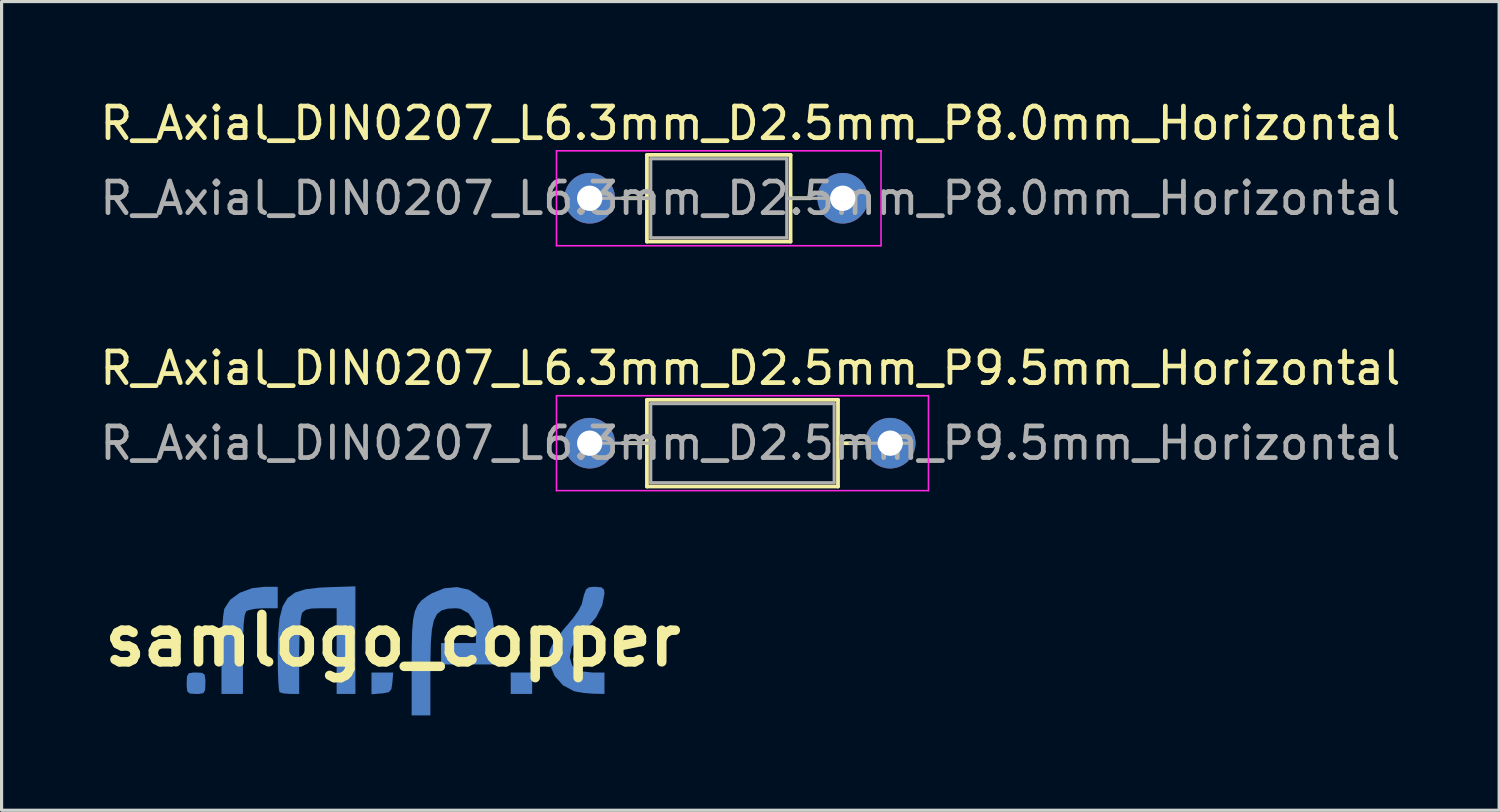
<source format=kicad_pcb>
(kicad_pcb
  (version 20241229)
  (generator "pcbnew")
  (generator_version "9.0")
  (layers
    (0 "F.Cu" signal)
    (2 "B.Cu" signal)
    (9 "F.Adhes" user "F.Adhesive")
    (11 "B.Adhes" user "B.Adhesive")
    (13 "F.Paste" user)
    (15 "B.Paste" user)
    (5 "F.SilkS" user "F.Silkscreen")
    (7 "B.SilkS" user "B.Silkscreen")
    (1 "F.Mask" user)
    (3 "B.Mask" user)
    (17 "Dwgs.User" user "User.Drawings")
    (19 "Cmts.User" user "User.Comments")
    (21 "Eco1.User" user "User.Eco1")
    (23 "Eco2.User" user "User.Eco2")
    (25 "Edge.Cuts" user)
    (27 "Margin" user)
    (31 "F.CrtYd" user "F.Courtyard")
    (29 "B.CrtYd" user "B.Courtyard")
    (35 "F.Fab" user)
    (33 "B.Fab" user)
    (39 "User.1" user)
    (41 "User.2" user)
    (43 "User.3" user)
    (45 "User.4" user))
  (footprint "R_Axial_DIN0207_L6.3mm_D2.5mm_P8.0mm_Horizontal"
    (layer "F.Cu")
    (at 15.593 3.218)
    (property "Reference" "R_Axial_DIN0207_L6.3mm_D2.5mm_P8.0mm_Horizontal" (at 5.08 -2.37 0) (layer "F.SilkS") (effects (font (size 1 1) (thickness 0.15))))
    (attr through_hole)
    (fp_line (start 1.04 0) (end 1.81 0) (stroke (width 0.12) (type solid)) (layer "F.SilkS"))
    (fp_line (start 1.81 -1.37) (end 1.81 1.37) (stroke (width 0.12) (type solid)) (layer "F.SilkS"))
    (fp_line (start 1.81 1.37) (end 6.35 1.37) (stroke (width 0.12) (type solid)) (layer "F.SilkS"))
    (fp_line (start 6.35 -1.37) (end 1.81 -1.37) (stroke (width 0.12) (type solid)) (layer "F.SilkS"))
    (fp_line (start 6.35 1.37) (end 6.35 -1.37) (stroke (width 0.12) (type solid)) (layer "F.SilkS"))
    (fp_line (start 6.985 0) (end 6.35 0) (stroke (width 0.12) (type solid)) (layer "F.SilkS"))
    (fp_line (start -1.05 -1.5) (end -1.05 1.5) (stroke (width 0.05) (type solid)) (layer "F.CrtYd"))
    (fp_line (start -1.05 1.5) (end 9.21 1.5) (stroke (width 0.05) (type solid)) (layer "F.CrtYd"))
    (fp_line (start 9.21 -1.5) (end -1.05 -1.5) (stroke (width 0.05) (type solid)) (layer "F.CrtYd"))
    (fp_line (start 9.21 1.5) (end 9.21 -1.5) (stroke (width 0.05) (type solid)) (layer "F.CrtYd"))
    (fp_line (start 0 0) (end 1.93 0) (stroke (width 0.1) (type solid)) (layer "F.Fab"))
    (fp_line (start 1.93 -1.25) (end 1.93 1.25) (stroke (width 0.1) (type solid)) (layer "F.Fab"))
    (fp_line (start 1.93 1.25) (end 6.23 1.25) (stroke (width 0.1) (type solid)) (layer "F.Fab"))
    (fp_line (start 6.23 -1.25) (end 1.93 -1.25) (stroke (width 0.1) (type solid)) (layer "F.Fab"))
    (fp_line (start 6.23 1.25) (end 6.23 -1.25) (stroke (width 0.1) (type solid)) (layer "F.Fab"))
    (fp_line (start 7.95 0) (end 6.23 0) (stroke (width 0.1) (type solid)) (layer "F.Fab"))
    (fp_text user "${REFERENCE}" (at 5.08 0 0) (layer "F.Fab") (effects (font (size 1 1) (thickness 0.15))))
    (pad "1" thru_hole circle (at 0 0) (size 1.6 1.6) (drill 0.8) (layers "*.Cu" "*.Mask"))
    (pad "2" thru_hole oval (at 8 0) (size 1.6 1.6) (drill 0.8) (layers "*.Cu" "*.Mask")))
  (footprint "samlogo_copper"
    (layer "F.Cu")
    (at 9.371 17.195)
    (property "Reference" "samlogo_copper" (at 0 0 0) (layer "F.SilkS") (effects (font (size 1.5 1.5) (thickness 0.3))))
    (attr board_only exclude_from_pos_files exclude_from_bom)
    (fp_poly (pts (xy 4.403 1.355) (xy 4.403 1.693) (xy 4.064 1.693) (xy 3.725 1.693) (xy 3.725 1.355) (xy 3.725 1.016) (xy 4.064 1.016) (xy 4.403 1.016)) (stroke (width 0) (type solid)) (fill yes) (layer "B.Cu"))
    (fp_poly (pts (xy -0.016 1.333) (xy -0.047 1.543) (xy -0.129 1.638) (xy -0.317 1.674) (xy -0.36 1.677) (xy -0.677 1.704) (xy -0.677 1.36) (xy -0.677 1.016) (xy -0.334 1.016) (xy 0.01 1.016)) (stroke (width 0) (type solid)) (fill yes) (layer "B.Cu"))
    (fp_poly (pts (xy -6.033 1.026) (xy -5.949 1.09) (xy -5.927 1.255) (xy -5.927 1.355) (xy -5.936 1.572) (xy -5.991 1.668) (xy -6.136 1.693) (xy -6.223 1.693) (xy -6.413 1.683) (xy -6.497 1.62) (xy -6.519 1.455) (xy -6.519 1.355) (xy -6.51 1.138) (xy -6.455 1.041) (xy -6.31 1.017) (xy -6.223 1.016)) (stroke (width 0) (type solid)) (fill yes) (layer "B.Cu"))
    (fp_poly (pts (xy -3.641 -1.355) (xy -3.641 -1.016) (xy -4.089 -1.016) (xy -4.363 -0.998) (xy -4.572 -0.951) (xy -4.64 -0.914) (xy -4.686 -0.792) (xy -4.717 -0.525) (xy -4.736 -0.106) (xy -4.741 0.44) (xy -4.741 1.693) (xy -5.08 1.693) (xy -5.419 1.693) (xy -5.419 0.478) (xy -5.412 0.018) (xy -5.395 -0.403) (xy -5.368 -0.744) (xy -5.336 -0.968) (xy -5.325 -1.005) (xy -5.145 -1.283) (xy -4.841 -1.505) (xy -4.453 -1.649) (xy -4.078 -1.693) (xy -3.641 -1.693)) (stroke (width 0) (type solid)) (fill yes) (layer "B.Cu"))
    (fp_poly (pts (xy -1.185 -0.008) (xy -1.185 1.693) (xy -1.482 1.693) (xy -1.778 1.693) (xy -1.778 0.339) (xy -1.778 -1.016) (xy -2.283 -1.016) (xy -2.582 -1.006) (xy -2.758 -0.966) (xy -2.856 -0.885) (xy -2.876 -0.852) (xy -2.908 -0.71) (xy -2.935 -0.434) (xy -2.954 -0.059) (xy -2.963 0.378) (xy -2.963 0.502) (xy -2.963 1.693) (xy -3.246 1.693) (xy -3.455 1.678) (xy -3.58 1.64) (xy -3.584 1.637) (xy -3.605 1.536) (xy -3.622 1.298) (xy -3.635 0.958) (xy -3.64 0.548) (xy -3.641 0.453) (xy -3.628 -0.198) (xy -3.582 -0.701) (xy -3.486 -1.075) (xy -3.328 -1.339) (xy -3.091 -1.512) (xy -2.762 -1.615) (xy -2.327 -1.667) (xy -2.053 -1.68) (xy -1.185 -1.709)) (stroke (width 0) (type solid)) (fill yes) (layer "B.Cu"))
    (fp_poly (pts (xy 6.596 -1.677) (xy 6.676 -1.603) (xy 6.689 -1.479) (xy 6.618 -1.111) (xy 6.431 -0.736) (xy 6.16 -0.42) (xy 6.133 -0.397) (xy 5.836 -0.092) (xy 5.653 0.226) (xy 5.593 0.527) (xy 5.664 0.782) (xy 5.743 0.876) (xy 5.962 0.979) (xy 6.293 1.016) (xy 6.689 1.016) (xy 6.689 1.355) (xy 6.689 1.693) (xy 6.329 1.686) (xy 6.034 1.663) (xy 5.767 1.617) (xy 5.725 1.606) (xy 5.377 1.421) (xy 5.113 1.125) (xy 4.961 0.762) (xy 4.946 0.376) (xy 4.955 0.328) (xy 5.04 0.138) (xy 5.211 -0.119) (xy 5.433 -0.393) (xy 5.468 -0.43) (xy 5.693 -0.698) (xy 5.871 -0.95) (xy 5.969 -1.14) (xy 5.974 -1.161) (xy 6.043 -1.448) (xy 6.106 -1.607) (xy 6.194 -1.676) (xy 6.337 -1.693) (xy 6.398 -1.693)) (stroke (width 0) (type solid)) (fill yes) (layer "B.Cu"))
    (fp_poly (pts (xy 2.399 -1.601) (xy 2.63 -1.453) (xy 2.784 -1.325) (xy 2.883 -1.27) (xy 2.885 -1.27) (xy 2.993 -1.191) (xy 3.088 -0.975) (xy 3.162 -0.655) (xy 3.207 -0.263) (xy 3.217 0.034) (xy 3.217 0.762) (xy 2.371 0.762) (xy 1.524 0.762) (xy 1.524 0.423) (xy 1.524 0.085) (xy 2.074 0.085) (xy 2.625 0.085) (xy 2.625 -0.243) (xy 2.563 -0.598) (xy 2.391 -0.859) (xy 2.133 -0.999) (xy 1.99 -1.016) (xy 1.734 -1.002) (xy 1.538 -0.946) (xy 1.394 -0.83) (xy 1.295 -0.632) (xy 1.233 -0.335) (xy 1.199 0.083) (xy 1.187 0.641) (xy 1.185 0.969) (xy 1.185 2.371) (xy 0.889 2.371) (xy 0.593 2.371) (xy 0.593 0.8) (xy 0.596 0.178) (xy 0.609 -0.3) (xy 0.64 -0.658) (xy 0.696 -0.922) (xy 0.783 -1.116) (xy 0.908 -1.266) (xy 1.079 -1.395) (xy 1.232 -1.489) (xy 1.627 -1.647) (xy 2.032 -1.684)) (stroke (width 0) (type solid)) (fill yes) (layer "B.Cu")))
  (footprint "R_Axial_DIN0207_L6.3mm_D2.5mm_P9.5mm_Horizontal"
    (layer "F.Cu")
    (at 15.593 10.961)
    (property "Reference" "R_Axial_DIN0207_L6.3mm_D2.5mm_P9.5mm_Horizontal" (at 5.08 -2.37 0) (layer "F.SilkS") (effects (font (size 1 1) (thickness 0.15))))
    (attr through_hole)
    (fp_line (start 1.04 0) (end 1.81 0) (stroke (width 0.12) (type solid)) (layer "F.SilkS"))
    (fp_line (start 1.81 -1.37) (end 1.81 1.37) (stroke (width 0.12) (type solid)) (layer "F.SilkS"))
    (fp_line (start 1.81 1.37) (end 7.85 1.37) (stroke (width 0.12) (type solid)) (layer "F.SilkS"))
    (fp_line (start 7.85 -1.37) (end 1.81 -1.37) (stroke (width 0.12) (type solid)) (layer "F.SilkS"))
    (fp_line (start 7.85 1.37) (end 7.85 -1.37) (stroke (width 0.12) (type solid)) (layer "F.SilkS"))
    (fp_line (start 8.62 0) (end 7.85 0) (stroke (width 0.12) (type solid)) (layer "F.SilkS"))
    (fp_line (start -1.05 -1.5) (end -1.05 1.5) (stroke (width 0.05) (type solid)) (layer "F.CrtYd"))
    (fp_line (start -1.05 1.5) (end 10.71 1.5) (stroke (width 0.05) (type solid)) (layer "F.CrtYd"))
    (fp_line (start 10.71 -1.5) (end -1.05 -1.5) (stroke (width 0.05) (type solid)) (layer "F.CrtYd"))
    (fp_line (start 10.71 1.5) (end 10.71 -1.5) (stroke (width 0.05) (type solid)) (layer "F.CrtYd"))
    (fp_line (start 0 0) (end 1.93 0) (stroke (width 0.1) (type solid)) (layer "F.Fab"))
    (fp_line (start 1.93 -1.25) (end 1.93 1.25) (stroke (width 0.1) (type solid)) (layer "F.Fab"))
    (fp_line (start 1.93 1.25) (end 7.73 1.25) (stroke (width 0.1) (type solid)) (layer "F.Fab"))
    (fp_line (start 7.73 -1.25) (end 1.93 -1.25) (stroke (width 0.1) (type solid)) (layer "F.Fab"))
    (fp_line (start 7.73 1.25) (end 7.73 -1.25) (stroke (width 0.1) (type solid)) (layer "F.Fab"))
    (fp_line (start 10.16 0) (end 8.23 0) (stroke (width 0.1) (type solid)) (layer "F.Fab"))
    (fp_text user "${REFERENCE}" (at 5.08 0 0) (layer "F.Fab") (effects (font (size 1 1) (thickness 0.15))))
    (pad "1" thru_hole circle (at 0 0) (size 1.6 1.6) (drill 0.8) (layers "*.Cu" "*.Mask"))
    (pad "2" thru_hole oval (at 9.5 0) (size 1.6 1.6) (drill 0.8) (layers "*.Cu" "*.Mask")))
  (gr_rect
    (start -3 -3)
    (end 44.345 22.566)
    (stroke (width 0.1) (type default))
    (fill no)
    (layer "Edge.Cuts")))
</source>
